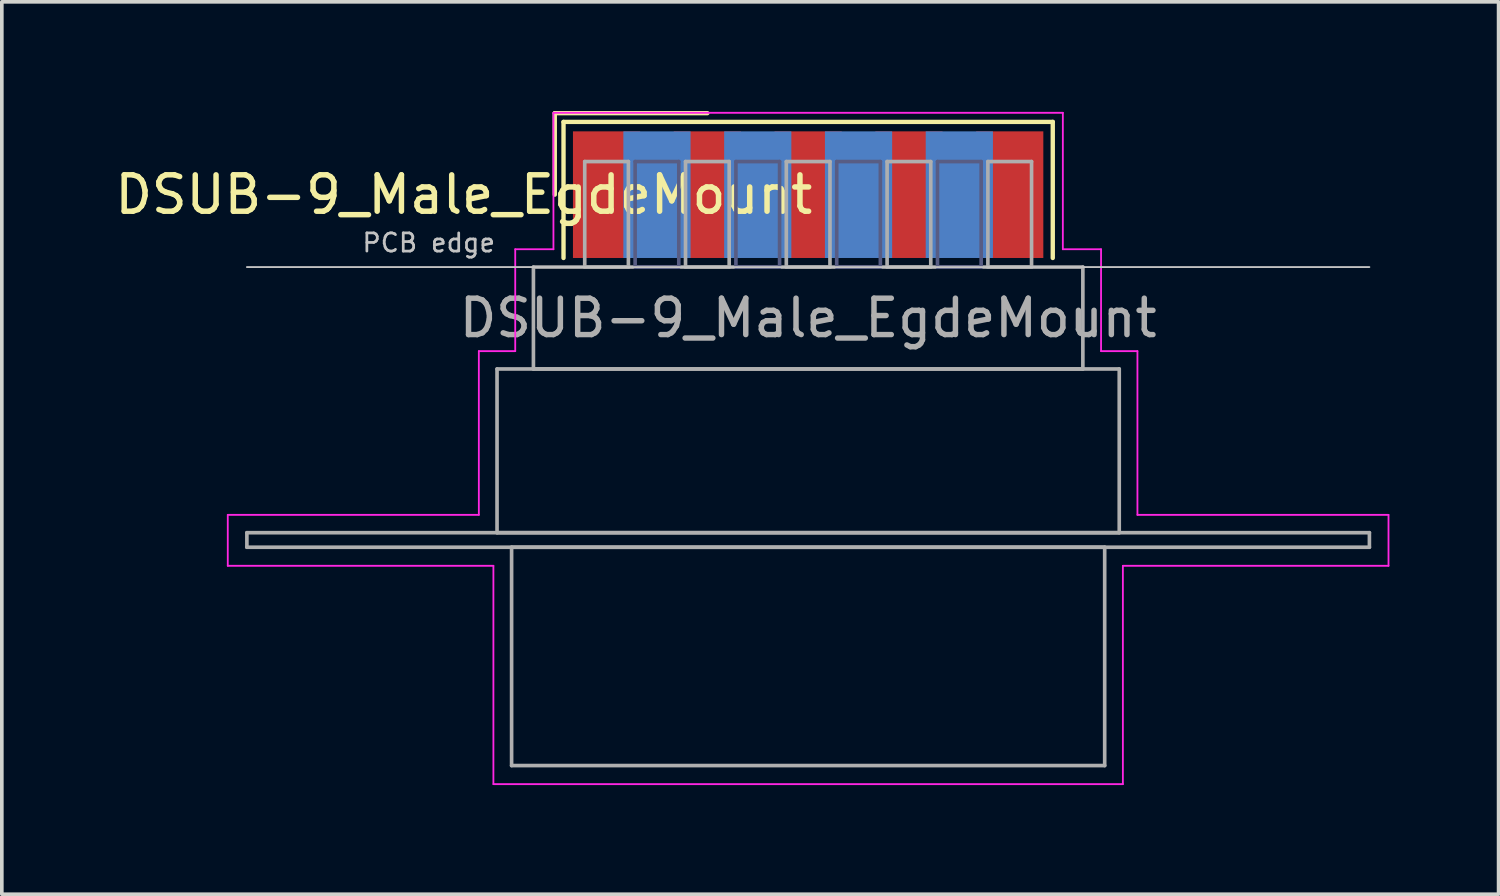
<source format=kicad_pcb>
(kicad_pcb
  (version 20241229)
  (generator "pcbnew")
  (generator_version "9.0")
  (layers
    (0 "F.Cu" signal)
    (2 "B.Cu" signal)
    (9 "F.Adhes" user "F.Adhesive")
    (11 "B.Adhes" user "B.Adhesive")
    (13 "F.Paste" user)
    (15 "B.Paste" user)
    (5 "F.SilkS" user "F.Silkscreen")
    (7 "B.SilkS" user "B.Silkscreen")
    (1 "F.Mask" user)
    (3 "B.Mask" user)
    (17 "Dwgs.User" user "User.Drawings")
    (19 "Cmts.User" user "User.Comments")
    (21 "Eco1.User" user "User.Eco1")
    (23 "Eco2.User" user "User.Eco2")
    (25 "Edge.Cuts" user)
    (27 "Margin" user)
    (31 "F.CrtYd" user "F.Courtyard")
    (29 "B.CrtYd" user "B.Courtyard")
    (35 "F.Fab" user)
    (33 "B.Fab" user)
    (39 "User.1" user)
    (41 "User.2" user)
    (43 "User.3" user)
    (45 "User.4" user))
  (footprint "DSUB-9_Male_EgdeMount"
    (layer "F.Cu")
    (at 19.16 2.3)
    (property "Reference" "DSUB-9_Male_EgdeMount" (at -9.463 0 0) (layer "F.SilkS") (effects (font (size 1 1) (thickness 0.15))))
    (attr smd)
    (fp_line (start -6.963 -2.24) (end -2.77 -2.24) (stroke (width 0.12) (type solid)) (layer "F.SilkS"))
    (fp_line (start -6.963 0) (end -6.963 -2.24) (stroke (width 0.12) (type solid)) (layer "F.SilkS"))
    (fp_line (start -6.723 -2) (end -6.723 1.74) (stroke (width 0.12) (type solid)) (layer "F.SilkS"))
    (fp_line (start 6.723 -2) (end -6.723 -2) (stroke (width 0.12) (type solid)) (layer "F.SilkS"))
    (fp_line (start 6.723 1.74) (end 6.723 -2) (stroke (width 0.12) (type solid)) (layer "F.SilkS"))
    (fp_line (start -15.425 1.99) (end 15.425 1.99) (stroke (width 0.05) (type solid)) (layer "Dwgs.User"))
    (fp_line (start -15.95 8.8) (end -9.05 8.8) (stroke (width 0.05) (type solid)) (layer "F.CrtYd"))
    (fp_line (start -15.95 10.2) (end -15.95 8.8) (stroke (width 0.05) (type solid)) (layer "F.CrtYd"))
    (fp_line (start -9.05 4.3) (end -8.05 4.3) (stroke (width 0.05) (type solid)) (layer "F.CrtYd"))
    (fp_line (start -9.05 8.8) (end -9.05 4.3) (stroke (width 0.05) (type solid)) (layer "F.CrtYd"))
    (fp_line (start -8.65 10.2) (end -15.95 10.2) (stroke (width 0.05) (type solid)) (layer "F.CrtYd"))
    (fp_line (start -8.65 16.2) (end -8.65 10.2) (stroke (width 0.05) (type solid)) (layer "F.CrtYd"))
    (fp_line (start -8.05 1.5) (end -7 1.5) (stroke (width 0.05) (type solid)) (layer "F.CrtYd"))
    (fp_line (start -8.05 4.3) (end -8.05 1.5) (stroke (width 0.05) (type solid)) (layer "F.CrtYd"))
    (fp_line (start -7 -2.25) (end 7 -2.25) (stroke (width 0.05) (type solid)) (layer "F.CrtYd"))
    (fp_line (start -7 1.5) (end -7 -2.25) (stroke (width 0.05) (type solid)) (layer "F.CrtYd"))
    (fp_line (start 7 -2.25) (end 7 1.5) (stroke (width 0.05) (type solid)) (layer "F.CrtYd"))
    (fp_line (start 7 1.5) (end 8.05 1.5) (stroke (width 0.05) (type solid)) (layer "F.CrtYd"))
    (fp_line (start 8.05 1.5) (end 8.05 4.3) (stroke (width 0.05) (type solid)) (layer "F.CrtYd"))
    (fp_line (start 8.05 4.3) (end 9.05 4.3) (stroke (width 0.05) (type solid)) (layer "F.CrtYd"))
    (fp_line (start 8.65 10.2) (end 8.65 16.2) (stroke (width 0.05) (type solid)) (layer "F.CrtYd"))
    (fp_line (start 8.65 16.2) (end -8.65 16.2) (stroke (width 0.05) (type solid)) (layer "F.CrtYd"))
    (fp_line (start 9.05 4.3) (end 9.05 8.8) (stroke (width 0.05) (type solid)) (layer "F.CrtYd"))
    (fp_line (start 9.05 8.8) (end 15.95 8.8) (stroke (width 0.05) (type solid)) (layer "F.CrtYd"))
    (fp_line (start 15.95 8.8) (end 15.95 10.2) (stroke (width 0.05) (type solid)) (layer "F.CrtYd"))
    (fp_line (start 15.95 10.2) (end 8.65 10.2) (stroke (width 0.05) (type solid)) (layer "F.CrtYd"))
    (fp_line (start -4.755 -0.91) (end -4.755 1.99) (stroke (width 0.1) (type solid)) (layer "B.Fab"))
    (fp_line (start -4.755 1.99) (end -3.555 1.99) (stroke (width 0.1) (type solid)) (layer "B.Fab"))
    (fp_line (start -3.555 -0.91) (end -4.755 -0.91) (stroke (width 0.1) (type solid)) (layer "B.Fab"))
    (fp_line (start -3.555 1.99) (end -3.555 -0.91) (stroke (width 0.1) (type solid)) (layer "B.Fab"))
    (fp_line (start -1.985 -0.91) (end -1.985 1.99) (stroke (width 0.1) (type solid)) (layer "B.Fab"))
    (fp_line (start -1.985 1.99) (end -0.785 1.99) (stroke (width 0.1) (type solid)) (layer "B.Fab"))
    (fp_line (start -0.785 -0.91) (end -1.985 -0.91) (stroke (width 0.1) (type solid)) (layer "B.Fab"))
    (fp_line (start -0.785 1.99) (end -0.785 -0.91) (stroke (width 0.1) (type solid)) (layer "B.Fab"))
    (fp_line (start 0.785 -0.91) (end 0.785 1.99) (stroke (width 0.1) (type solid)) (layer "B.Fab"))
    (fp_line (start 0.785 1.99) (end 1.985 1.99) (stroke (width 0.1) (type solid)) (layer "B.Fab"))
    (fp_line (start 1.985 -0.91) (end 0.785 -0.91) (stroke (width 0.1) (type solid)) (layer "B.Fab"))
    (fp_line (start 1.985 1.99) (end 1.985 -0.91) (stroke (width 0.1) (type solid)) (layer "B.Fab"))
    (fp_line (start 3.555 -0.91) (end 3.555 1.99) (stroke (width 0.1) (type solid)) (layer "B.Fab"))
    (fp_line (start 3.555 1.99) (end 4.755 1.99) (stroke (width 0.1) (type solid)) (layer "B.Fab"))
    (fp_line (start 4.755 -0.91) (end 3.555 -0.91) (stroke (width 0.1) (type solid)) (layer "B.Fab"))
    (fp_line (start 4.755 1.99) (end 4.755 -0.91) (stroke (width 0.1) (type solid)) (layer "B.Fab"))
    (fp_line (start -15.425 9.29) (end -15.425 9.69) (stroke (width 0.1) (type solid)) (layer "F.Fab"))
    (fp_line (start -15.425 9.69) (end 15.425 9.69) (stroke (width 0.1) (type solid)) (layer "F.Fab"))
    (fp_line (start -8.55 4.79) (end -8.55 9.29) (stroke (width 0.1) (type solid)) (layer "F.Fab"))
    (fp_line (start -8.55 9.29) (end 8.55 9.29) (stroke (width 0.1) (type solid)) (layer "F.Fab"))
    (fp_line (start -8.15 9.69) (end -8.15 15.69) (stroke (width 0.1) (type solid)) (layer "F.Fab"))
    (fp_line (start -8.15 15.69) (end 8.15 15.69) (stroke (width 0.1) (type solid)) (layer "F.Fab"))
    (fp_line (start -7.55 1.99) (end -7.55 4.79) (stroke (width 0.1) (type solid)) (layer "F.Fab"))
    (fp_line (start -7.55 4.79) (end 7.55 4.79) (stroke (width 0.1) (type solid)) (layer "F.Fab"))
    (fp_line (start -6.14 -0.91) (end -6.14 1.99) (stroke (width 0.1) (type solid)) (layer "F.Fab"))
    (fp_line (start -6.14 1.99) (end -4.94 1.99) (stroke (width 0.1) (type solid)) (layer "F.Fab"))
    (fp_line (start -4.94 -0.91) (end -6.14 -0.91) (stroke (width 0.1) (type solid)) (layer "F.Fab"))
    (fp_line (start -4.94 1.99) (end -4.94 -0.91) (stroke (width 0.1) (type solid)) (layer "F.Fab"))
    (fp_line (start -3.37 -0.91) (end -3.37 1.99) (stroke (width 0.1) (type solid)) (layer "F.Fab"))
    (fp_line (start -3.37 1.99) (end -2.17 1.99) (stroke (width 0.1) (type solid)) (layer "F.Fab"))
    (fp_line (start -2.17 -0.91) (end -3.37 -0.91) (stroke (width 0.1) (type solid)) (layer "F.Fab"))
    (fp_line (start -2.17 1.99) (end -2.17 -0.91) (stroke (width 0.1) (type solid)) (layer "F.Fab"))
    (fp_line (start -0.6 -0.91) (end -0.6 1.99) (stroke (width 0.1) (type solid)) (layer "F.Fab"))
    (fp_line (start -0.6 1.99) (end 0.6 1.99) (stroke (width 0.1) (type solid)) (layer "F.Fab"))
    (fp_line (start 0.6 -0.91) (end -0.6 -0.91) (stroke (width 0.1) (type solid)) (layer "F.Fab"))
    (fp_line (start 0.6 1.99) (end 0.6 -0.91) (stroke (width 0.1) (type solid)) (layer "F.Fab"))
    (fp_line (start 2.17 -0.91) (end 2.17 1.99) (stroke (width 0.1) (type solid)) (layer "F.Fab"))
    (fp_line (start 2.17 1.99) (end 3.37 1.99) (stroke (width 0.1) (type solid)) (layer "F.Fab"))
    (fp_line (start 3.37 -0.91) (end 2.17 -0.91) (stroke (width 0.1) (type solid)) (layer "F.Fab"))
    (fp_line (start 3.37 1.99) (end 3.37 -0.91) (stroke (width 0.1) (type solid)) (layer "F.Fab"))
    (fp_line (start 4.94 -0.91) (end 4.94 1.99) (stroke (width 0.1) (type solid)) (layer "F.Fab"))
    (fp_line (start 4.94 1.99) (end 6.14 1.99) (stroke (width 0.1) (type solid)) (layer "F.Fab"))
    (fp_line (start 6.14 -0.91) (end 4.94 -0.91) (stroke (width 0.1) (type solid)) (layer "F.Fab"))
    (fp_line (start 6.14 1.99) (end 6.14 -0.91) (stroke (width 0.1) (type solid)) (layer "F.Fab"))
    (fp_line (start 7.55 1.99) (end -7.55 1.99) (stroke (width 0.1) (type solid)) (layer "F.Fab"))
    (fp_line (start 7.55 4.79) (end 7.55 1.99) (stroke (width 0.1) (type solid)) (layer "F.Fab"))
    (fp_line (start 8.15 9.69) (end -8.15 9.69) (stroke (width 0.1) (type solid)) (layer "F.Fab"))
    (fp_line (start 8.15 15.69) (end 8.15 9.69) (stroke (width 0.1) (type solid)) (layer "F.Fab"))
    (fp_line (start 8.55 4.79) (end -8.55 4.79) (stroke (width 0.1) (type solid)) (layer "F.Fab"))
    (fp_line (start 8.55 9.29) (end 8.55 4.79) (stroke (width 0.1) (type solid)) (layer "F.Fab"))
    (fp_line (start 15.425 9.29) (end -15.425 9.29) (stroke (width 0.1) (type solid)) (layer "F.Fab"))
    (fp_line (start 15.425 9.69) (end 15.425 9.29) (stroke (width 0.1) (type solid)) (layer "F.Fab"))
    (fp_text user "PCB edge" (at -10.425 1.323 0) (layer "Dwgs.User") (effects (font (size 0.5 0.5) (thickness 0.075))))
    (fp_text user "${REFERENCE}" (at 0 3.39 0) (layer "F.Fab") (effects (font (size 1 1) (thickness 0.15))))
    (pad "1" smd rect (at -5.54 0) (size 1.847 3.48) (layers "F.Cu" "F.Mask" "F.Paste"))
    (pad "2" smd rect (at -2.77 0) (size 1.847 3.48) (layers "F.Cu" "F.Mask" "F.Paste"))
    (pad "3" smd rect (at 0 0) (size 1.847 3.48) (layers "F.Cu" "F.Mask" "F.Paste"))
    (pad "4" smd rect (at 2.77 0) (size 1.847 3.48) (layers "F.Cu" "F.Mask" "F.Paste"))
    (pad "5" smd rect (at 5.54 0) (size 1.847 3.48) (layers "F.Cu" "F.Mask" "F.Paste"))
    (pad "6" smd rect (at -4.155 0) (size 1.847 3.48) (layers "B.Cu" "B.Mask" "B.Paste"))
    (pad "7" smd rect (at -1.385 0) (size 1.847 3.48) (layers "B.Cu" "B.Mask" "B.Paste"))
    (pad "8" smd rect (at 1.385 0) (size 1.847 3.48) (layers "B.Cu" "B.Mask" "B.Paste"))
    (pad "9" smd rect (at 4.155 0) (size 1.847 3.48) (layers "B.Cu" "B.Mask" "B.Paste")))
  (gr_rect
    (start -3 -3)
    (end 38.135 21.525)
    (stroke (width 0.1) (type default))
    (fill no)
    (layer "Edge.Cuts")))
</source>
